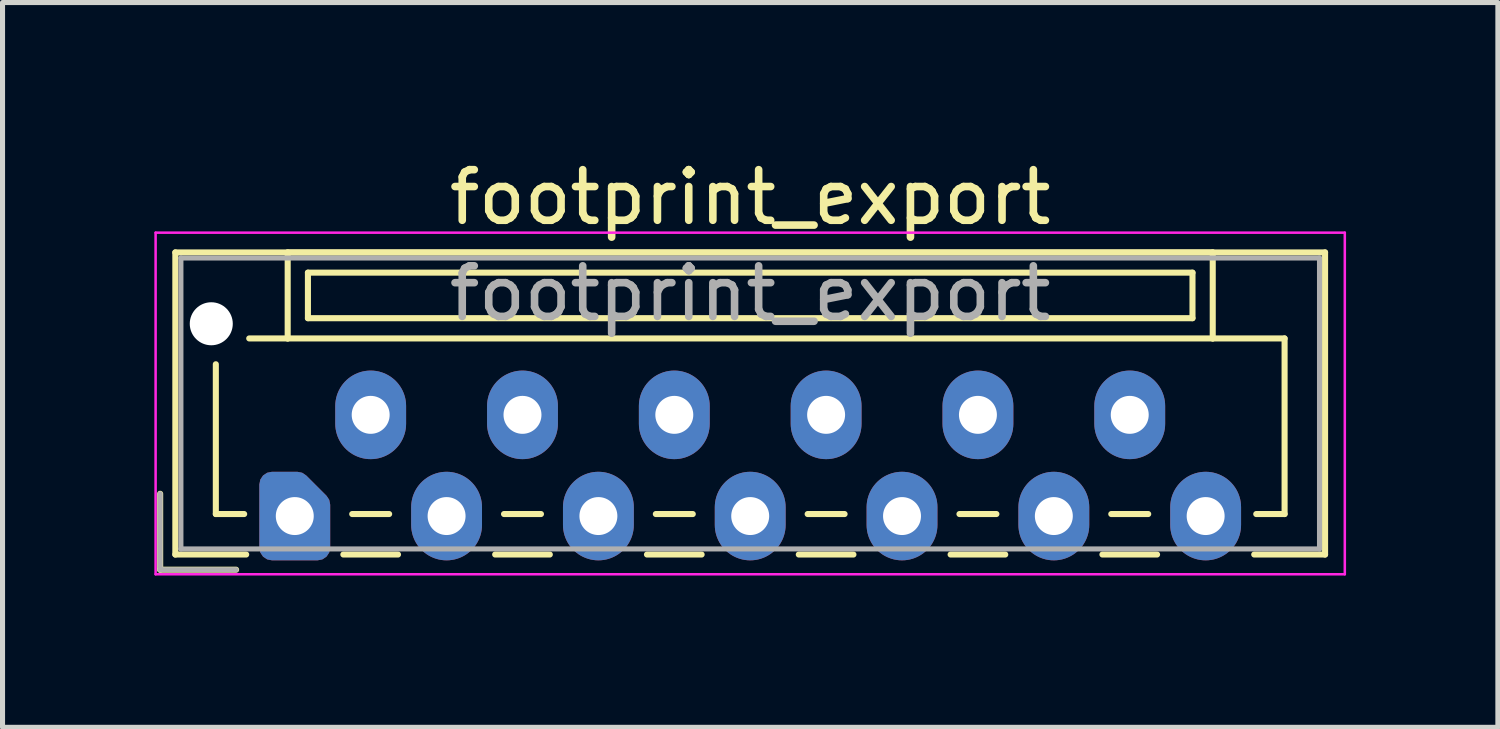
<source format=kicad_pcb>
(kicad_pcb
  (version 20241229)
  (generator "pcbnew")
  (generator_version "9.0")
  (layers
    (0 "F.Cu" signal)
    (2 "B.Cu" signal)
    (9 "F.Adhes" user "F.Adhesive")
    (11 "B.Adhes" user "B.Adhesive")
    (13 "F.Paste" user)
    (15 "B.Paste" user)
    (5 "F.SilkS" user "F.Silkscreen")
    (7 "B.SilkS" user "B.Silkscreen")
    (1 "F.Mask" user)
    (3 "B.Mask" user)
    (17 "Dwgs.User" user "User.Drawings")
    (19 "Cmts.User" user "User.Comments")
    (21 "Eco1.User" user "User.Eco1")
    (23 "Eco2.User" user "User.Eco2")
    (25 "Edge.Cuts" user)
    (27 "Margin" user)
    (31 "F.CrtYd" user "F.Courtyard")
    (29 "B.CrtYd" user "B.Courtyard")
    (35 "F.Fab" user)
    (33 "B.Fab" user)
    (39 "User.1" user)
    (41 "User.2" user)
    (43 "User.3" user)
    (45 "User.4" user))
  (footprint "footprint_export"
    (layer "F.Cu")
    (at 2.775 7.148)
    (property "Reference" "footprint_export" (at 9 -6.3 0) (layer "F.SilkS") (effects (font (size 1 1) (thickness 0.15))))
    (attr through_hole)
    (fp_line (start -2.66 -0.44) (end -2.66 1.06) (stroke (width 0.12) (type solid)) (layer "F.SilkS"))
    (fp_line (start -2.66 1.06) (end -1.16 1.06) (stroke (width 0.12) (type solid)) (layer "F.SilkS"))
    (fp_line (start -2.36 -5.21) (end 20.36 -5.21) (stroke (width 0.12) (type solid)) (layer "F.SilkS"))
    (fp_line (start -2.36 0.76) (end -2.36 -5.21) (stroke (width 0.12) (type solid)) (layer "F.SilkS"))
    (fp_line (start -1.56 -3) (end -1.56 -0.04) (stroke (width 0.12) (type solid)) (layer "F.SilkS"))
    (fp_line (start -1.56 -0.04) (end -1 -0.04) (stroke (width 0.12) (type solid)) (layer "F.SilkS"))
    (fp_line (start -0.96 0.76) (end -2.36 0.76) (stroke (width 0.12) (type solid)) (layer "F.SilkS"))
    (fp_line (start -0.14 -5.21) (end -0.14 -3.51) (stroke (width 0.12) (type solid)) (layer "F.SilkS"))
    (fp_line (start -0.14 -3.51) (end -0.9 -3.51) (stroke (width 0.12) (type solid)) (layer "F.SilkS"))
    (fp_line (start -0.14 -3.51) (end 18.14 -3.51) (stroke (width 0.12) (type solid)) (layer "F.SilkS"))
    (fp_line (start 0.26 -4.81) (end 0.26 -3.91) (stroke (width 0.12) (type solid)) (layer "F.SilkS"))
    (fp_line (start 0.26 -3.91) (end 17.74 -3.91) (stroke (width 0.12) (type solid)) (layer "F.SilkS"))
    (fp_line (start 0.96 0.76) (end 2.04 0.76) (stroke (width 0.12) (type solid)) (layer "F.SilkS"))
    (fp_line (start 1.135 -0.04) (end 1.865 -0.04) (stroke (width 0.12) (type solid)) (layer "F.SilkS"))
    (fp_line (start 3.96 0.76) (end 5.04 0.76) (stroke (width 0.12) (type solid)) (layer "F.SilkS"))
    (fp_line (start 4.135 -0.04) (end 4.865 -0.04) (stroke (width 0.12) (type solid)) (layer "F.SilkS"))
    (fp_line (start 6.96 0.76) (end 8.04 0.76) (stroke (width 0.12) (type solid)) (layer "F.SilkS"))
    (fp_line (start 7.135 -0.04) (end 7.865 -0.04) (stroke (width 0.12) (type solid)) (layer "F.SilkS"))
    (fp_line (start 9.96 0.76) (end 11.04 0.76) (stroke (width 0.12) (type solid)) (layer "F.SilkS"))
    (fp_line (start 10.135 -0.04) (end 10.865 -0.04) (stroke (width 0.12) (type solid)) (layer "F.SilkS"))
    (fp_line (start 12.96 0.76) (end 14.04 0.76) (stroke (width 0.12) (type solid)) (layer "F.SilkS"))
    (fp_line (start 13.135 -0.04) (end 13.865 -0.04) (stroke (width 0.12) (type solid)) (layer "F.SilkS"))
    (fp_line (start 15.96 0.76) (end 17.04 0.76) (stroke (width 0.12) (type solid)) (layer "F.SilkS"))
    (fp_line (start 16.135 -0.04) (end 16.865 -0.04) (stroke (width 0.12) (type solid)) (layer "F.SilkS"))
    (fp_line (start 17.74 -4.81) (end 0.26 -4.81) (stroke (width 0.12) (type solid)) (layer "F.SilkS"))
    (fp_line (start 17.74 -3.91) (end 17.74 -4.81) (stroke (width 0.12) (type solid)) (layer "F.SilkS"))
    (fp_line (start 18.14 -5.21) (end -0.14 -5.21) (stroke (width 0.12) (type solid)) (layer "F.SilkS"))
    (fp_line (start 18.14 -3.51) (end 18.14 -5.21) (stroke (width 0.12) (type solid)) (layer "F.SilkS"))
    (fp_line (start 18.14 -3.51) (end 19.56 -3.51) (stroke (width 0.12) (type solid)) (layer "F.SilkS"))
    (fp_line (start 19.56 -3.51) (end 19.56 -0.04) (stroke (width 0.12) (type solid)) (layer "F.SilkS"))
    (fp_line (start 19.56 -0.04) (end 19 -0.04) (stroke (width 0.12) (type solid)) (layer "F.SilkS"))
    (fp_line (start 20.36 -5.21) (end 20.36 0.76) (stroke (width 0.12) (type solid)) (layer "F.SilkS"))
    (fp_line (start 20.36 0.76) (end 18.96 0.76) (stroke (width 0.12) (type solid)) (layer "F.SilkS"))
    (fp_line (start -2.75 -5.6) (end -2.75 1.15) (stroke (width 0.05) (type solid)) (layer "F.CrtYd"))
    (fp_line (start -2.75 1.15) (end 20.75 1.15) (stroke (width 0.05) (type solid)) (layer "F.CrtYd"))
    (fp_line (start 20.75 -5.6) (end -2.75 -5.6) (stroke (width 0.05) (type solid)) (layer "F.CrtYd"))
    (fp_line (start 20.75 1.15) (end 20.75 -5.6) (stroke (width 0.05) (type solid)) (layer "F.CrtYd"))
    (fp_line (start -2.66 -0.44) (end -2.66 1.06) (stroke (width 0.1) (type solid)) (layer "F.Fab"))
    (fp_line (start -2.66 1.06) (end -1.16 1.06) (stroke (width 0.1) (type solid)) (layer "F.Fab"))
    (fp_line (start -2.25 -5.1) (end -2.25 0.65) (stroke (width 0.1) (type solid)) (layer "F.Fab"))
    (fp_line (start -2.25 0.65) (end 20.25 0.65) (stroke (width 0.1) (type solid)) (layer "F.Fab"))
    (fp_line (start 20.25 -5.1) (end -2.25 -5.1) (stroke (width 0.1) (type solid)) (layer "F.Fab"))
    (fp_line (start 20.25 0.65) (end 20.25 -5.1) (stroke (width 0.1) (type solid)) (layer "F.Fab"))
    (fp_text user "${REFERENCE}" (at 9 -4.4 0) (layer "F.Fab") (effects (font (size 1 1) (thickness 0.15))))
    (pad "" np_thru_hole circle (at -1.65 -3.8) (size 0.85 0.85) (drill 0.85) (layers "*.Cu" "*.Mask"))
    (pad "1" thru_hole custom (at 0 0) (size 1.117 1.117) (drill 0.75) (layers "*.Cu" "*.Mask") (options (anchor circle)) (primitives (gr_poly (pts (xy 0.45 -0.225) (xy 0.45 0.625) (xy -0.45 0.625) (xy -0.45 -0.625) (xy 0.05 -0.625)) (width 0.5) (fill yes))))
    (pad "2" thru_hole oval (at 1.5 -2) (size 1.4 1.75) (drill 0.75) (layers "*.Cu" "*.Mask"))
    (pad "3" thru_hole oval (at 3 0) (size 1.4 1.75) (drill 0.75) (layers "*.Cu" "*.Mask"))
    (pad "4" thru_hole oval (at 4.5 -2) (size 1.4 1.75) (drill 0.75) (layers "*.Cu" "*.Mask"))
    (pad "5" thru_hole oval (at 6 0) (size 1.4 1.75) (drill 0.75) (layers "*.Cu" "*.Mask"))
    (pad "6" thru_hole oval (at 7.5 -2) (size 1.4 1.75) (drill 0.75) (layers "*.Cu" "*.Mask"))
    (pad "7" thru_hole oval (at 9 0) (size 1.4 1.75) (drill 0.75) (layers "*.Cu" "*.Mask"))
    (pad "8" thru_hole oval (at 10.5 -2) (size 1.4 1.75) (drill 0.75) (layers "*.Cu" "*.Mask"))
    (pad "9" thru_hole oval (at 12 0) (size 1.4 1.75) (drill 0.75) (layers "*.Cu" "*.Mask"))
    (pad "10" thru_hole oval (at 13.5 -2) (size 1.4 1.75) (drill 0.75) (layers "*.Cu" "*.Mask"))
    (pad "11" thru_hole oval (at 15 0) (size 1.4 1.75) (drill 0.75) (layers "*.Cu" "*.Mask"))
    (pad "12" thru_hole oval (at 16.5 -2) (size 1.4 1.75) (drill 0.75) (layers "*.Cu" "*.Mask"))
    (pad "13" thru_hole oval (at 18 0) (size 1.4 1.75) (drill 0.75) (layers "*.Cu" "*.Mask")))
  (gr_rect
    (start -3 -3)
    (end 26.55 11.323)
    (stroke (width 0.1) (type default))
    (fill no)
    (layer "Edge.Cuts")))
</source>
